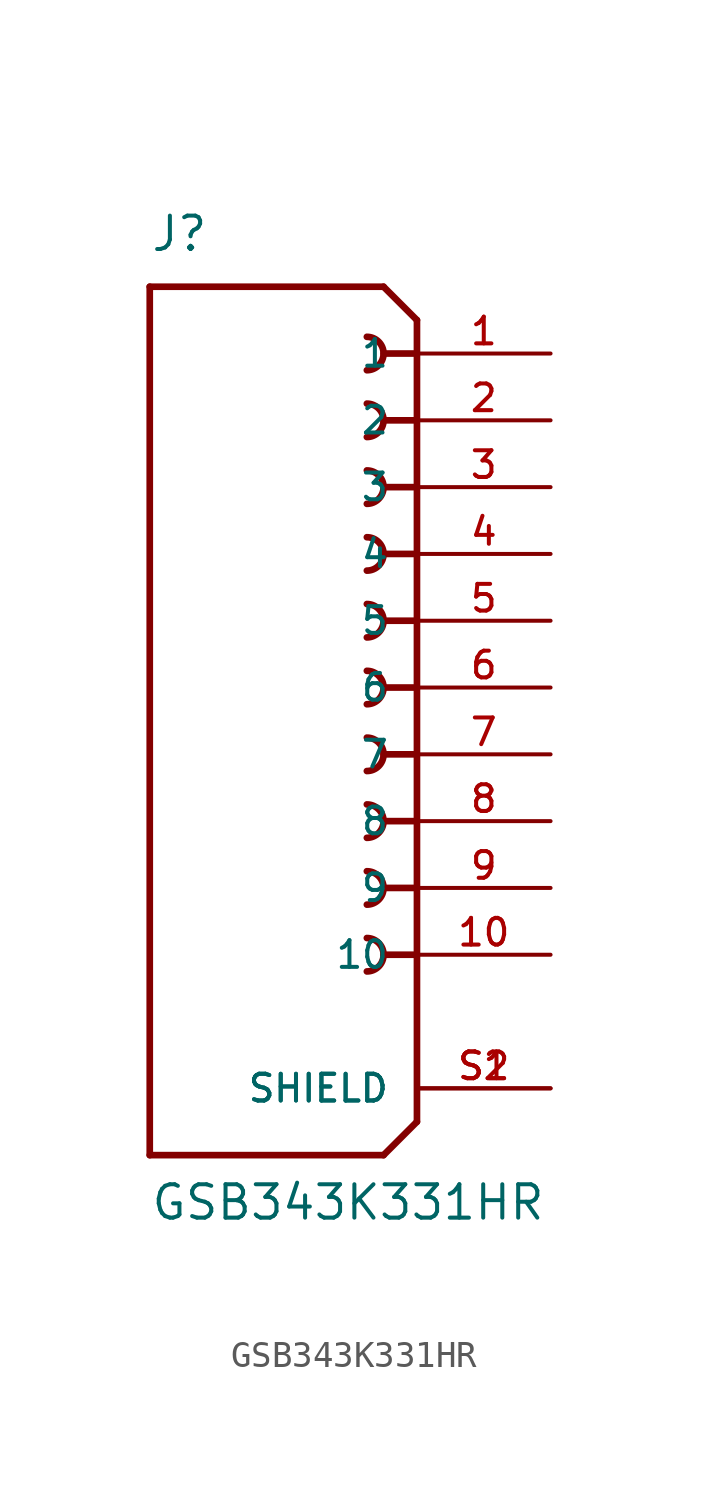
<source format=kicad_sym>
(kicad_symbol_lib
  (version 20211014)
  (generator kicad_symbol_editor)
  (symbol "GSB343K331HR"
    (pin_names
      (offset 1.016))
    (property "Reference" "J"
      (at -5.08 16.51 0)
      (effects (font (size 1.27 1.27)) (justify bottom left)))
    (property "Value" "GSB343K331HR"
      (at -5.08 -20.32 0)
      (effects (font (size 1.27 1.27)) (justify bottom left)))
    (symbol "GSB343K331HR_0_0"
      (polyline (pts (xy 5.08 13.97) (xy 3.81 15.24)) (stroke (width 0.254)))
      (polyline (pts (xy 5.08 13.97) (xy 5.08 12.7)) (stroke (width 0.254)))
      (polyline (pts (xy 5.08 12.7) (xy 5.08 -16.51)) (stroke (width 0.254)))
      (polyline (pts (xy 5.08 -16.51) (xy 3.81 -17.78)) (stroke (width 0.254)))
      (polyline (pts (xy 3.81 -17.78) (xy -5.08 -17.78)) (stroke (width 0.254)))
      (polyline (pts (xy -5.08 -17.78) (xy -5.08 15.24)) (stroke (width 0.254)))
      (polyline (pts (xy -5.08 15.24) (xy 3.81 15.24)) (stroke (width 0.254)))
      (polyline (pts (xy 5.08 12.7) (xy 3.81 12.7)) (stroke (width 0.254)))
      (arc (start 3.175 12.065) (mid 3.81 12.7) (end 3.175 13.335) (stroke (width 0.254) (type default) (color 0 0 0 0)) (fill (type none)))
      (polyline (pts (xy 5.08 10.16) (xy 3.81 10.16)) (stroke (width 0.254)))
      (arc (start 3.175 9.525) (mid 3.81 10.16) (end 3.175 10.795) (stroke (width 0.254) (type default) (color 0 0 0 0)) (fill (type none)))
      (polyline (pts (xy 5.08 7.62) (xy 3.81 7.62)) (stroke (width 0.254)))
      (arc (start 3.175 6.985) (mid 3.81 7.62) (end 3.175 8.255) (stroke (width 0.254) (type default) (color 0 0 0 0)) (fill (type none)))
      (polyline (pts (xy 5.08 5.08) (xy 3.81 5.08)) (stroke (width 0.254)))
      (arc (start 3.175 4.445) (mid 3.81 5.08) (end 3.175 5.715) (stroke (width 0.254) (type default) (color 0 0 0 0)) (fill (type none)))
      (polyline (pts (xy 5.08 2.54) (xy 3.81 2.54)) (stroke (width 0.254)))
      (arc (start 3.175 1.905) (mid 3.81 2.54) (end 3.175 3.175) (stroke (width 0.254) (type default) (color 0 0 0 0)) (fill (type none)))
      (polyline (pts (xy 5.08 0.0) (xy 3.81 0.0)) (stroke (width 0.254)))
      (arc (start 3.175 -0.635) (mid 3.81 0.0) (end 3.175 0.635) (stroke (width 0.254) (type default) (color 0 0 0 0)) (fill (type none)))
      (polyline (pts (xy 5.08 -2.54) (xy 3.81 -2.54)) (stroke (width 0.254)))
      (arc (start 3.175 -3.175) (mid 3.81 -2.54) (end 3.175 -1.905) (stroke (width 0.254) (type default) (color 0 0 0 0)) (fill (type none)))
      (polyline (pts (xy 5.08 -5.08) (xy 3.81 -5.08)) (stroke (width 0.254)))
      (arc (start 3.175 -5.715) (mid 3.81 -5.08) (end 3.175 -4.445) (stroke (width 0.254) (type default) (color 0 0 0 0)) (fill (type none)))
      (polyline (pts (xy 5.08 -7.62) (xy 3.81 -7.62)) (stroke (width 0.254)))
      (arc (start 3.175 -8.255) (mid 3.81 -7.62) (end 3.175 -6.985) (stroke (width 0.254) (type default) (color 0 0 0 0)) (fill (type none)))
      (polyline (pts (xy 5.08 -10.16) (xy 3.81 -10.16)) (stroke (width 0.254)))
      (arc (start 3.175 -10.795) (mid 3.81 -10.16) (end 3.175 -9.525) (stroke (width 0.254) (type default) (color 0 0 0 0)) (fill (type none)))
      (pin passive line (at 10.16 12.7 180.0) (length 5.08) (name "1" (effects (font (size 1.016 1.016)))) (number "1" (effects (font (size 1.016 1.016)))))
      (pin passive line (at 10.16 10.16 180.0) (length 5.08) (name "2" (effects (font (size 1.016 1.016)))) (number "2" (effects (font (size 1.016 1.016)))))
      (pin passive line (at 10.16 7.62 180.0) (length 5.08) (name "3" (effects (font (size 1.016 1.016)))) (number "3" (effects (font (size 1.016 1.016)))))
      (pin passive line (at 10.16 5.08 180.0) (length 5.08) (name "4" (effects (font (size 1.016 1.016)))) (number "4" (effects (font (size 1.016 1.016)))))
      (pin passive line (at 10.16 2.54 180.0) (length 5.08) (name "5" (effects (font (size 1.016 1.016)))) (number "5" (effects (font (size 1.016 1.016)))))
      (pin passive line (at 10.16 0.0 180.0) (length 5.08) (name "6" (effects (font (size 1.016 1.016)))) (number "6" (effects (font (size 1.016 1.016)))))
      (pin passive line (at 10.16 -2.54 180.0) (length 5.08) (name "7" (effects (font (size 1.016 1.016)))) (number "7" (effects (font (size 1.016 1.016)))))
      (pin passive line (at 10.16 -5.08 180.0) (length 5.08) (name "8" (effects (font (size 1.016 1.016)))) (number "8" (effects (font (size 1.016 1.016)))))
      (pin passive line (at 10.16 -7.62 180.0) (length 5.08) (name "9" (effects (font (size 1.016 1.016)))) (number "9" (effects (font (size 1.016 1.016)))))
      (pin passive line (at 10.16 -10.16 180.0) (length 5.08) (name "10" (effects (font (size 1.016 1.016)))) (number "10" (effects (font (size 1.016 1.016)))))
      (pin passive line (at 10.16 -15.24 180.0) (length 5.08) (name "SHIELD" (effects (font (size 1.016 1.016)))) (number "S1" (effects (font (size 1.016 1.016)))))
      (pin passive line (at 10.16 -15.24 180.0) (length 5.08) (name "SHIELD" (effects (font (size 1.016 1.016)))) (number "S2" (effects (font (size 1.016 1.016))))))))
</source>
